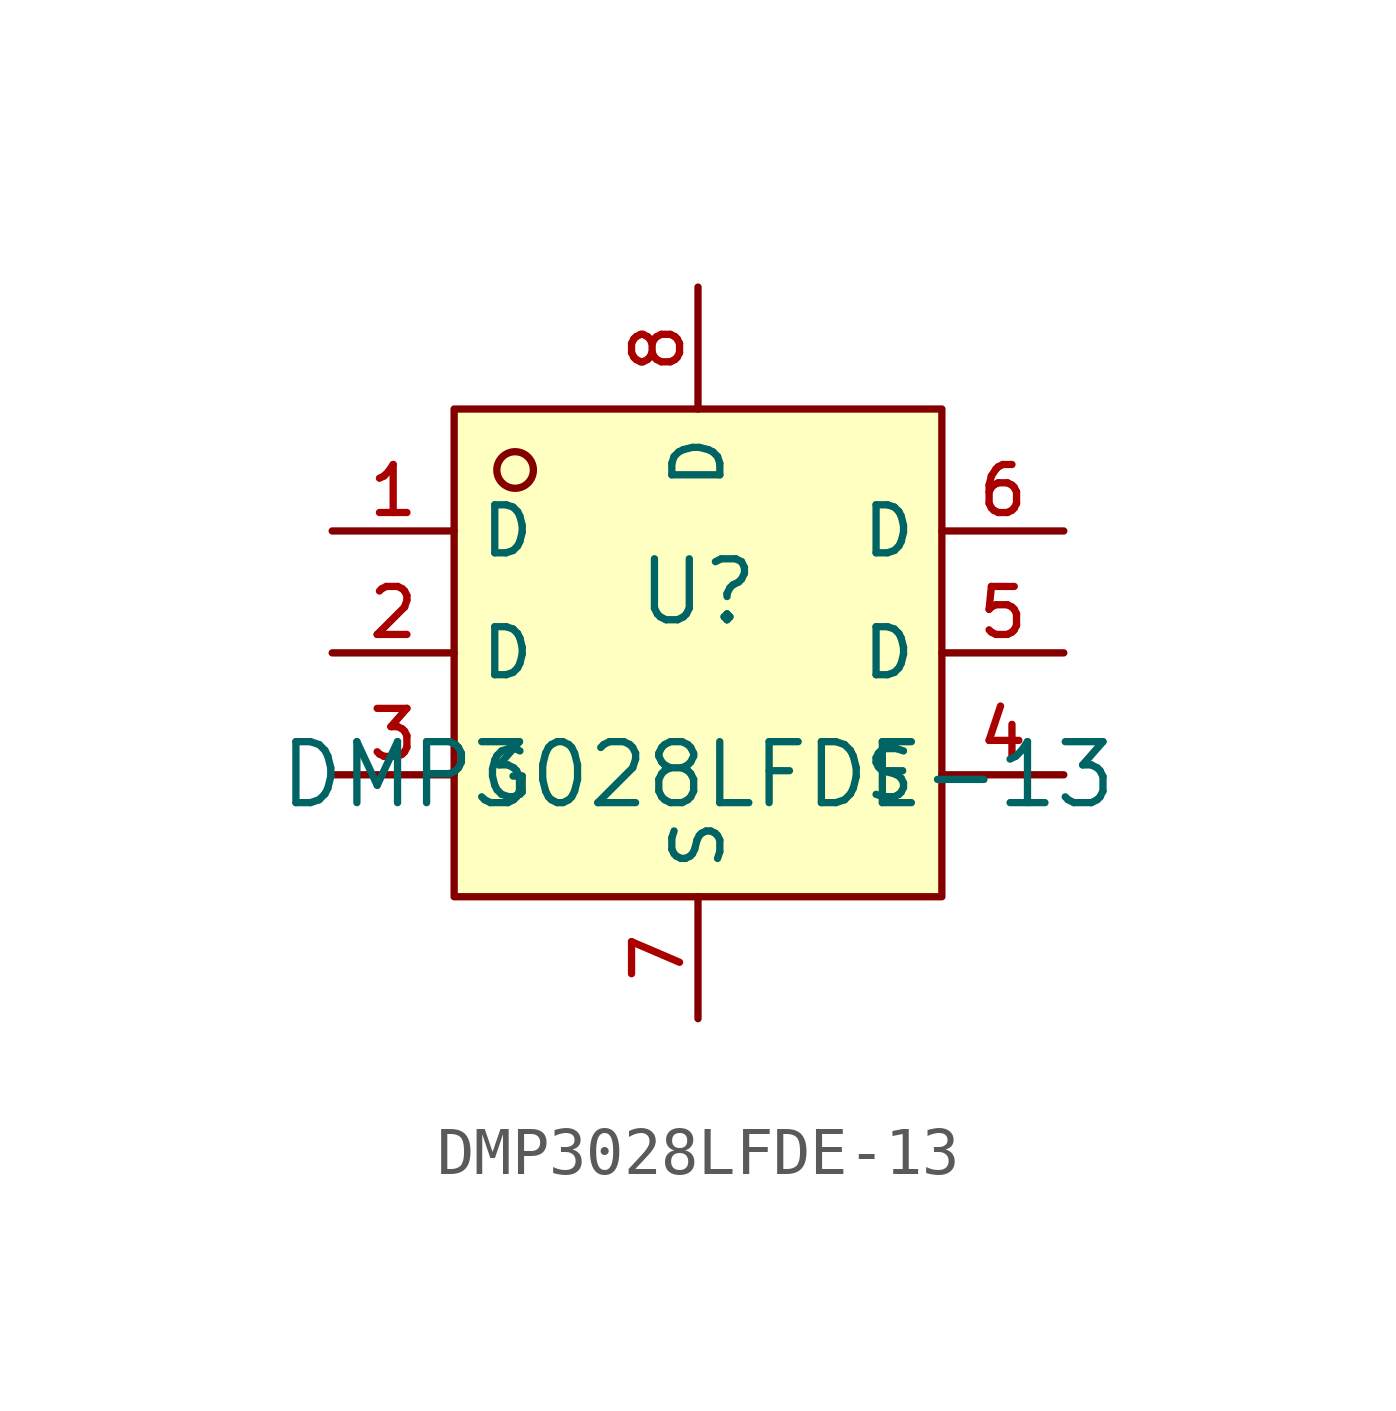
<source format=kicad_sym>
(kicad_symbol_lib
  (version 20210201)
  (generator TousstNicolas/JLC2KiCad_lib)
  (symbol "DMP3028LFDE-13"
    (property "Reference" "U"
      (at 0 1.27 0)
      (effects (font (size 1.27 1.27))))
    (property "Value" "DMP3028LFDE-13"
      (at 0 -2.54 0)
      (effects (font (size 1.27 1.27))))
    (symbol "DMP3028LFDE-13_0_1"
      (pin unspecified line (at 0.0 -7.62 90) (length 2.54) (name "S" (effects (font (size 1 1)))) (number "7" (effects (font (size 1 1)))))
      (pin unspecified line (at 0.0 7.62 270) (length 2.54) (name "D" (effects (font (size 1 1)))) (number "8" (effects (font (size 1 1)))))
      (pin unspecified line (at 7.62 2.54 180) (length 2.54) (name "D" (effects (font (size 1 1)))) (number "6" (effects (font (size 1 1)))))
      (pin unspecified line (at 7.62 -0.0 180) (length 2.54) (name "D" (effects (font (size 1 1)))) (number "5" (effects (font (size 1 1)))))
      (pin unspecified line (at 7.62 -2.54 180) (length 2.54) (name "S" (effects (font (size 1 1)))) (number "4" (effects (font (size 1 1)))))
      (pin unspecified line (at -7.62 -2.54 0) (length 2.54) (name "G" (effects (font (size 1 1)))) (number "3" (effects (font (size 1 1)))))
      (pin unspecified line (at -7.62 -0.0 0) (length 2.54) (name "D" (effects (font (size 1 1)))) (number "2" (effects (font (size 1 1)))))
      (pin unspecified line (at -7.62 2.54 0) (length 2.54) (name "D" (effects (font (size 1 1)))) (number "1" (effects (font (size 1 1)))))
      (circle (center -3.81 3.81) (radius 0.381) (stroke (width 0) (type default) (color 0 0 0 0)) (fill (type background)))
      (rectangle (start -5.08 5.08) (end 5.08 -5.08) (stroke (width 0) (type default) (color 0 0 0 0)) (fill (type background))))))
</source>
